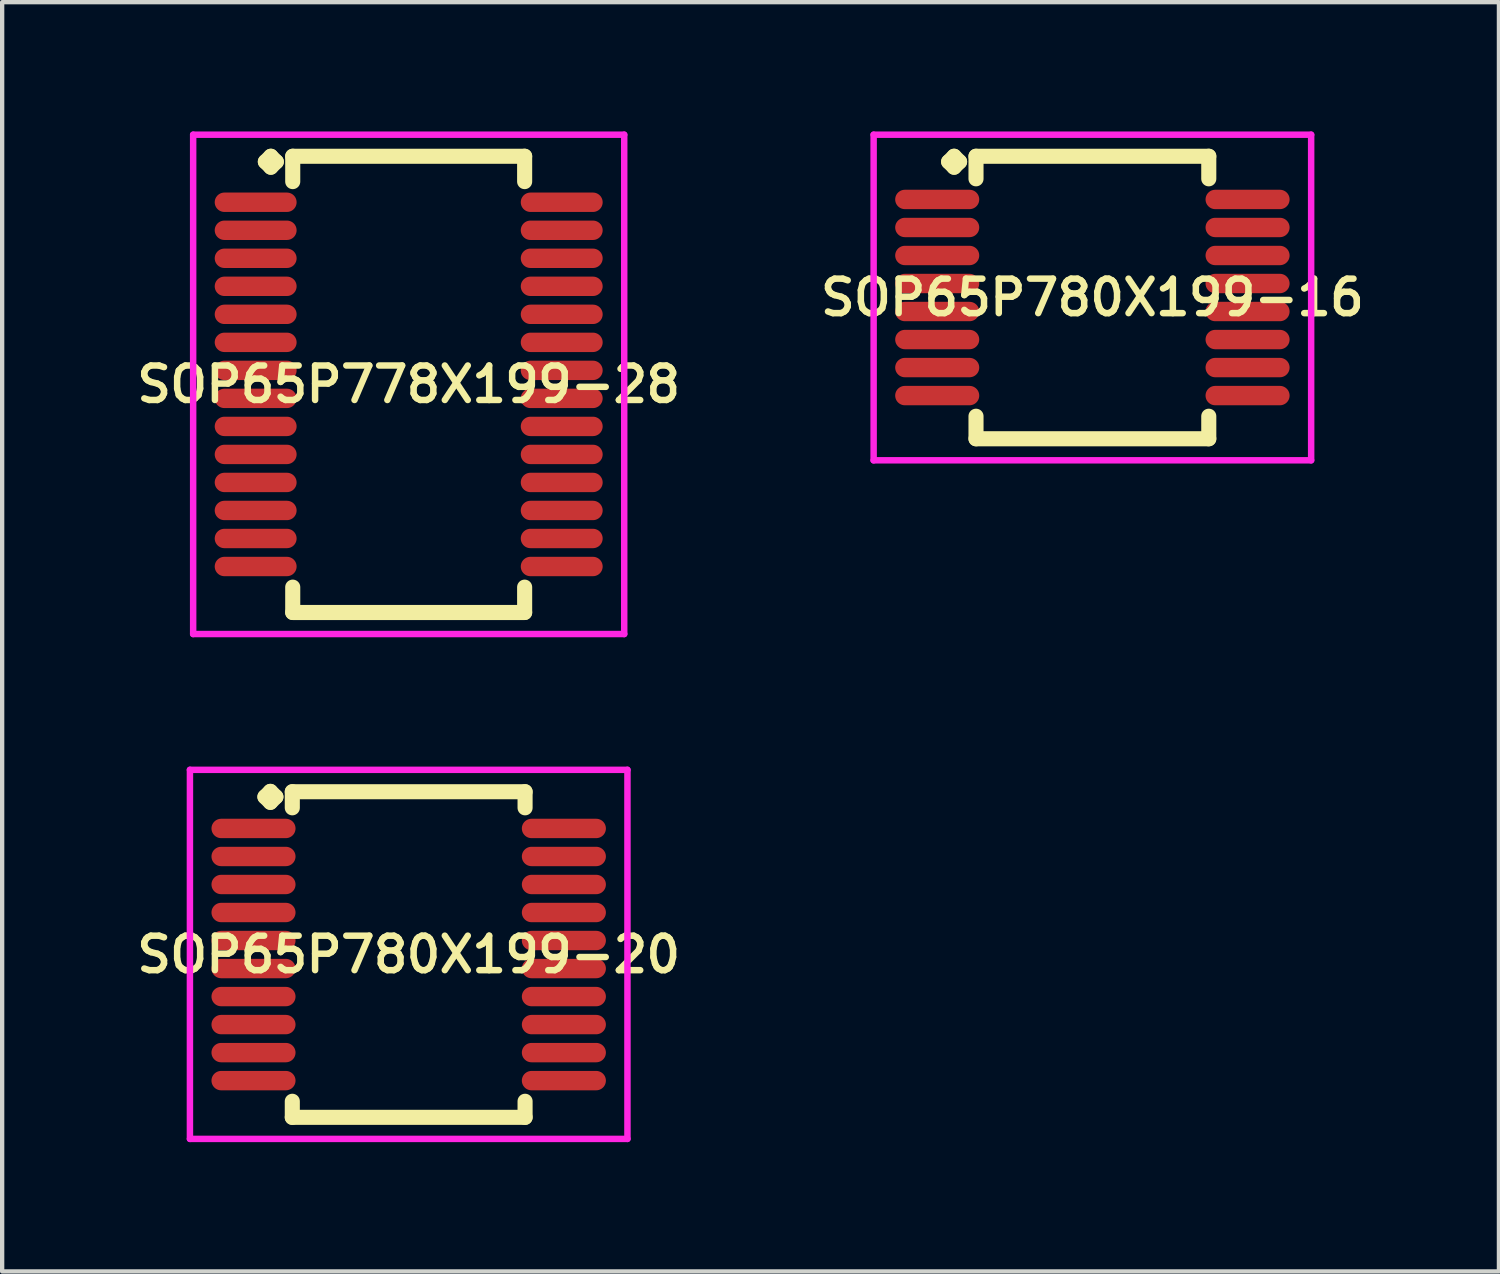
<source format=kicad_pcb>
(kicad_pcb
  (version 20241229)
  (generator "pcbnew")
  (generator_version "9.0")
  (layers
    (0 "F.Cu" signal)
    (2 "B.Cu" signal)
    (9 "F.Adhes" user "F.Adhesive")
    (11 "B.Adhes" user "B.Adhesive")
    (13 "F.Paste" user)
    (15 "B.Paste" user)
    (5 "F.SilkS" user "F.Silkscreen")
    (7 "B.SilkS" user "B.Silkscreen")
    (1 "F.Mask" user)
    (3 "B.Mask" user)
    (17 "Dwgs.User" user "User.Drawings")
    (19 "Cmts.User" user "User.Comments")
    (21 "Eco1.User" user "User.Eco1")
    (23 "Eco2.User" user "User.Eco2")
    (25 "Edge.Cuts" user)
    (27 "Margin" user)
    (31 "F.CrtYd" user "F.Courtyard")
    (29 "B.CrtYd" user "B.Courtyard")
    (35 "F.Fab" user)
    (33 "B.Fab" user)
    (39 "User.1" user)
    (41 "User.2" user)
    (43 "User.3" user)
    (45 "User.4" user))
  (footprint "SOP65P780X199-16"
    (layer "F.Cu")
    (at 22.292 3.852)
    (property "Reference" "SOP65P780X199-16" (at 0 0 0) (layer "F.SilkS") (effects (font (size 0.8 0.8) (thickness 0.15))))
    (attr smd)
    (fp_line (start -3.335 -3.15) (end -3.208 -3.277) (stroke (width 0.35) (type solid)) (layer "F.SilkS"))
    (fp_line (start -3.208 -3.277) (end -3.081 -3.15) (stroke (width 0.35) (type solid)) (layer "F.SilkS"))
    (fp_line (start -3.208 -3.023) (end -3.335 -3.15) (stroke (width 0.35) (type solid)) (layer "F.SilkS"))
    (fp_line (start -3.081 -3.15) (end -3.208 -3.023) (stroke (width 0.35) (type solid)) (layer "F.SilkS"))
    (fp_line (start -2.7 -3.277) (end 2.7 -3.277) (stroke (width 0.35) (type solid)) (layer "F.SilkS"))
    (fp_line (start -2.7 -2.754) (end -2.7 -3.277) (stroke (width 0.35) (type solid)) (layer "F.SilkS"))
    (fp_line (start -2.7 2.754) (end -2.7 3.277) (stroke (width 0.35) (type solid)) (layer "F.SilkS"))
    (fp_line (start -2.7 3.277) (end 2.7 3.277) (stroke (width 0.35) (type solid)) (layer "F.SilkS"))
    (fp_line (start 2.7 -3.277) (end 2.7 -2.754) (stroke (width 0.35) (type solid)) (layer "F.SilkS"))
    (fp_line (start 2.7 3.277) (end 2.7 2.754) (stroke (width 0.35) (type solid)) (layer "F.SilkS"))
    (fp_line (start -5.075 -3.777) (end 5.075 -3.777) (stroke (width 0.15) (type solid)) (layer "F.CrtYd"))
    (fp_line (start -5.075 3.777) (end -5.075 -3.777) (stroke (width 0.15) (type solid)) (layer "F.CrtYd"))
    (fp_line (start 5.075 -3.777) (end 5.075 3.777) (stroke (width 0.15) (type solid)) (layer "F.CrtYd"))
    (fp_line (start 5.075 3.777) (end -5.075 3.777) (stroke (width 0.15) (type solid)) (layer "F.CrtYd"))
    (pad "1" smd oval (at -3.6 -2.275) (size 1.95 0.45) (layers "F.Cu" "F.Mask" "F.Paste"))
    (pad "2" smd oval (at -3.6 -1.625) (size 1.95 0.45) (layers "F.Cu" "F.Mask" "F.Paste"))
    (pad "3" smd oval (at -3.6 -0.975) (size 1.95 0.45) (layers "F.Cu" "F.Mask" "F.Paste"))
    (pad "4" smd oval (at -3.6 -0.325) (size 1.95 0.45) (layers "F.Cu" "F.Mask" "F.Paste"))
    (pad "5" smd oval (at -3.6 0.325) (size 1.95 0.45) (layers "F.Cu" "F.Mask" "F.Paste"))
    (pad "6" smd oval (at -3.6 0.975) (size 1.95 0.45) (layers "F.Cu" "F.Mask" "F.Paste"))
    (pad "7" smd oval (at -3.6 1.625) (size 1.95 0.45) (layers "F.Cu" "F.Mask" "F.Paste"))
    (pad "8" smd oval (at -3.6 2.275) (size 1.95 0.45) (layers "F.Cu" "F.Mask" "F.Paste"))
    (pad "9" smd oval (at 3.6 2.275) (size 1.95 0.45) (layers "F.Cu" "F.Mask" "F.Paste"))
    (pad "10" smd oval (at 3.6 1.625) (size 1.95 0.45) (layers "F.Cu" "F.Mask" "F.Paste"))
    (pad "11" smd oval (at 3.6 0.975) (size 1.95 0.45) (layers "F.Cu" "F.Mask" "F.Paste"))
    (pad "12" smd oval (at 3.6 0.325) (size 1.95 0.45) (layers "F.Cu" "F.Mask" "F.Paste"))
    (pad "13" smd oval (at 3.6 -0.325) (size 1.95 0.45) (layers "F.Cu" "F.Mask" "F.Paste"))
    (pad "14" smd oval (at 3.6 -0.975) (size 1.95 0.45) (layers "F.Cu" "F.Mask" "F.Paste"))
    (pad "15" smd oval (at 3.6 -1.625) (size 1.95 0.45) (layers "F.Cu" "F.Mask" "F.Paste"))
    (pad "16" smd oval (at 3.6 -2.275) (size 1.95 0.45) (layers "F.Cu" "F.Mask" "F.Paste")))
  (footprint "SOP65P778X199-28"
    (layer "F.Cu")
    (at 6.431 5.867)
    (property "Reference" "SOP65P778X199-28" (at 0 0 0) (layer "F.SilkS") (effects (font (size 0.8 0.8) (thickness 0.15))))
    (attr smd)
    (fp_line (start -3.325 -5.165) (end -3.198 -5.292) (stroke (width 0.35) (type solid)) (layer "F.SilkS"))
    (fp_line (start -3.198 -5.292) (end -3.071 -5.165) (stroke (width 0.35) (type solid)) (layer "F.SilkS"))
    (fp_line (start -3.198 -5.038) (end -3.325 -5.165) (stroke (width 0.35) (type solid)) (layer "F.SilkS"))
    (fp_line (start -3.071 -5.165) (end -3.198 -5.038) (stroke (width 0.35) (type solid)) (layer "F.SilkS"))
    (fp_line (start -2.69 -5.292) (end 2.69 -5.292) (stroke (width 0.35) (type solid)) (layer "F.SilkS"))
    (fp_line (start -2.69 -4.704) (end -2.69 -5.292) (stroke (width 0.35) (type solid)) (layer "F.SilkS"))
    (fp_line (start -2.69 4.704) (end -2.69 5.292) (stroke (width 0.35) (type solid)) (layer "F.SilkS"))
    (fp_line (start -2.69 5.292) (end 2.69 5.292) (stroke (width 0.35) (type solid)) (layer "F.SilkS"))
    (fp_line (start 2.69 -5.292) (end 2.69 -4.704) (stroke (width 0.35) (type solid)) (layer "F.SilkS"))
    (fp_line (start 2.69 5.292) (end 2.69 4.704) (stroke (width 0.35) (type solid)) (layer "F.SilkS"))
    (fp_line (start -5 -5.792) (end 5 -5.792) (stroke (width 0.15) (type solid)) (layer "F.CrtYd"))
    (fp_line (start -5 5.792) (end -5 -5.792) (stroke (width 0.15) (type solid)) (layer "F.CrtYd"))
    (fp_line (start 5 -5.792) (end 5 5.792) (stroke (width 0.15) (type solid)) (layer "F.CrtYd"))
    (fp_line (start 5 5.792) (end -5 5.792) (stroke (width 0.15) (type solid)) (layer "F.CrtYd"))
    (pad "1" smd oval (at -3.55 -4.225) (size 1.9 0.45) (layers "F.Cu" "F.Mask" "F.Paste"))
    (pad "2" smd oval (at -3.55 -3.575) (size 1.9 0.45) (layers "F.Cu" "F.Mask" "F.Paste"))
    (pad "3" smd oval (at -3.55 -2.925) (size 1.9 0.45) (layers "F.Cu" "F.Mask" "F.Paste"))
    (pad "4" smd oval (at -3.55 -2.275) (size 1.9 0.45) (layers "F.Cu" "F.Mask" "F.Paste"))
    (pad "5" smd oval (at -3.55 -1.625) (size 1.9 0.45) (layers "F.Cu" "F.Mask" "F.Paste"))
    (pad "6" smd oval (at -3.55 -0.975) (size 1.9 0.45) (layers "F.Cu" "F.Mask" "F.Paste"))
    (pad "7" smd oval (at -3.55 -0.325) (size 1.9 0.45) (layers "F.Cu" "F.Mask" "F.Paste"))
    (pad "8" smd oval (at -3.55 0.325) (size 1.9 0.45) (layers "F.Cu" "F.Mask" "F.Paste"))
    (pad "9" smd oval (at -3.55 0.975) (size 1.9 0.45) (layers "F.Cu" "F.Mask" "F.Paste"))
    (pad "10" smd oval (at -3.55 1.625) (size 1.9 0.45) (layers "F.Cu" "F.Mask" "F.Paste"))
    (pad "11" smd oval (at -3.55 2.275) (size 1.9 0.45) (layers "F.Cu" "F.Mask" "F.Paste"))
    (pad "12" smd oval (at -3.55 2.925) (size 1.9 0.45) (layers "F.Cu" "F.Mask" "F.Paste"))
    (pad "13" smd oval (at -3.55 3.575) (size 1.9 0.45) (layers "F.Cu" "F.Mask" "F.Paste"))
    (pad "14" smd oval (at -3.55 4.225) (size 1.9 0.45) (layers "F.Cu" "F.Mask" "F.Paste"))
    (pad "15" smd oval (at 3.55 4.225) (size 1.9 0.45) (layers "F.Cu" "F.Mask" "F.Paste"))
    (pad "16" smd oval (at 3.55 3.575) (size 1.9 0.45) (layers "F.Cu" "F.Mask" "F.Paste"))
    (pad "17" smd oval (at 3.55 2.925) (size 1.9 0.45) (layers "F.Cu" "F.Mask" "F.Paste"))
    (pad "18" smd oval (at 3.55 2.275) (size 1.9 0.45) (layers "F.Cu" "F.Mask" "F.Paste"))
    (pad "19" smd oval (at 3.55 1.625) (size 1.9 0.45) (layers "F.Cu" "F.Mask" "F.Paste"))
    (pad "20" smd oval (at 3.55 0.975) (size 1.9 0.45) (layers "F.Cu" "F.Mask" "F.Paste"))
    (pad "21" smd oval (at 3.55 0.325) (size 1.9 0.45) (layers "F.Cu" "F.Mask" "F.Paste"))
    (pad "22" smd oval (at 3.55 -0.325) (size 1.9 0.45) (layers "F.Cu" "F.Mask" "F.Paste"))
    (pad "23" smd oval (at 3.55 -0.975) (size 1.9 0.45) (layers "F.Cu" "F.Mask" "F.Paste"))
    (pad "24" smd oval (at 3.55 -1.625) (size 1.9 0.45) (layers "F.Cu" "F.Mask" "F.Paste"))
    (pad "25" smd oval (at 3.55 -2.275) (size 1.9 0.45) (layers "F.Cu" "F.Mask" "F.Paste"))
    (pad "26" smd oval (at 3.55 -2.925) (size 1.9 0.45) (layers "F.Cu" "F.Mask" "F.Paste"))
    (pad "27" smd oval (at 3.55 -3.575) (size 1.9 0.45) (layers "F.Cu" "F.Mask" "F.Paste"))
    (pad "28" smd oval (at 3.55 -4.225) (size 1.9 0.45) (layers "F.Cu" "F.Mask" "F.Paste")))
  (footprint "SOP65P780X199-20"
    (layer "F.Cu")
    (at 6.431 19.094)
    (property "Reference" "SOP65P780X199-20" (at 0 0 0) (layer "F.SilkS") (effects (font (size 0.8 0.8) (thickness 0.15))))
    (attr smd)
    (fp_line (start -3.335 -3.658) (end -3.208 -3.785) (stroke (width 0.35) (type solid)) (layer "F.SilkS"))
    (fp_line (start -3.208 -3.785) (end -3.081 -3.658) (stroke (width 0.35) (type solid)) (layer "F.SilkS"))
    (fp_line (start -3.208 -3.531) (end -3.335 -3.658) (stroke (width 0.35) (type solid)) (layer "F.SilkS"))
    (fp_line (start -3.081 -3.658) (end -3.208 -3.531) (stroke (width 0.35) (type solid)) (layer "F.SilkS"))
    (fp_line (start -2.7 -3.777) (end 2.7 -3.777) (stroke (width 0.35) (type solid)) (layer "F.SilkS"))
    (fp_line (start -2.7 -3.404) (end -2.7 -3.777) (stroke (width 0.35) (type solid)) (layer "F.SilkS"))
    (fp_line (start -2.7 3.404) (end -2.7 3.777) (stroke (width 0.35) (type solid)) (layer "F.SilkS"))
    (fp_line (start -2.7 3.777) (end 2.7 3.777) (stroke (width 0.35) (type solid)) (layer "F.SilkS"))
    (fp_line (start 2.7 -3.777) (end 2.7 -3.404) (stroke (width 0.35) (type solid)) (layer "F.SilkS"))
    (fp_line (start 2.7 3.777) (end 2.7 3.404) (stroke (width 0.35) (type solid)) (layer "F.SilkS"))
    (fp_line (start -5.075 -4.285) (end 5.075 -4.285) (stroke (width 0.15) (type solid)) (layer "F.CrtYd"))
    (fp_line (start -5.075 4.277) (end -5.075 -4.285) (stroke (width 0.15) (type solid)) (layer "F.CrtYd"))
    (fp_line (start 5.075 -4.285) (end 5.075 4.277) (stroke (width 0.15) (type solid)) (layer "F.CrtYd"))
    (fp_line (start 5.075 4.277) (end -5.075 4.277) (stroke (width 0.15) (type solid)) (layer "F.CrtYd"))
    (pad "1" smd oval (at -3.6 -2.925) (size 1.95 0.45) (layers "F.Cu" "F.Mask" "F.Paste"))
    (pad "2" smd oval (at -3.6 -2.275) (size 1.95 0.45) (layers "F.Cu" "F.Mask" "F.Paste"))
    (pad "3" smd oval (at -3.6 -1.625) (size 1.95 0.45) (layers "F.Cu" "F.Mask" "F.Paste"))
    (pad "4" smd oval (at -3.6 -0.975) (size 1.95 0.45) (layers "F.Cu" "F.Mask" "F.Paste"))
    (pad "5" smd oval (at -3.6 -0.325) (size 1.95 0.45) (layers "F.Cu" "F.Mask" "F.Paste"))
    (pad "6" smd oval (at -3.6 0.325) (size 1.95 0.45) (layers "F.Cu" "F.Mask" "F.Paste"))
    (pad "7" smd oval (at -3.6 0.975) (size 1.95 0.45) (layers "F.Cu" "F.Mask" "F.Paste"))
    (pad "8" smd oval (at -3.6 1.625) (size 1.95 0.45) (layers "F.Cu" "F.Mask" "F.Paste"))
    (pad "9" smd oval (at -3.6 2.275) (size 1.95 0.45) (layers "F.Cu" "F.Mask" "F.Paste"))
    (pad "10" smd oval (at -3.6 2.925) (size 1.95 0.45) (layers "F.Cu" "F.Mask" "F.Paste"))
    (pad "11" smd oval (at 3.6 2.925) (size 1.95 0.45) (layers "F.Cu" "F.Mask" "F.Paste"))
    (pad "12" smd oval (at 3.6 2.275) (size 1.95 0.45) (layers "F.Cu" "F.Mask" "F.Paste"))
    (pad "13" smd oval (at 3.6 1.625) (size 1.95 0.45) (layers "F.Cu" "F.Mask" "F.Paste"))
    (pad "14" smd oval (at 3.6 0.975) (size 1.95 0.45) (layers "F.Cu" "F.Mask" "F.Paste"))
    (pad "15" smd oval (at 3.6 0.325) (size 1.95 0.45) (layers "F.Cu" "F.Mask" "F.Paste"))
    (pad "16" smd oval (at 3.6 -0.325) (size 1.95 0.45) (layers "F.Cu" "F.Mask" "F.Paste"))
    (pad "17" smd oval (at 3.6 -0.975) (size 1.95 0.45) (layers "F.Cu" "F.Mask" "F.Paste"))
    (pad "18" smd oval (at 3.6 -1.625) (size 1.95 0.45) (layers "F.Cu" "F.Mask" "F.Paste"))
    (pad "19" smd oval (at 3.6 -2.275) (size 1.95 0.45) (layers "F.Cu" "F.Mask" "F.Paste"))
    (pad "20" smd oval (at 3.6 -2.925) (size 1.95 0.45) (layers "F.Cu" "F.Mask" "F.Paste")))
  (gr_rect
    (start -3 -3)
    (end 31.723 26.446)
    (stroke (width 0.1) (type default))
    (fill no)
    (layer "Edge.Cuts")))
</source>
